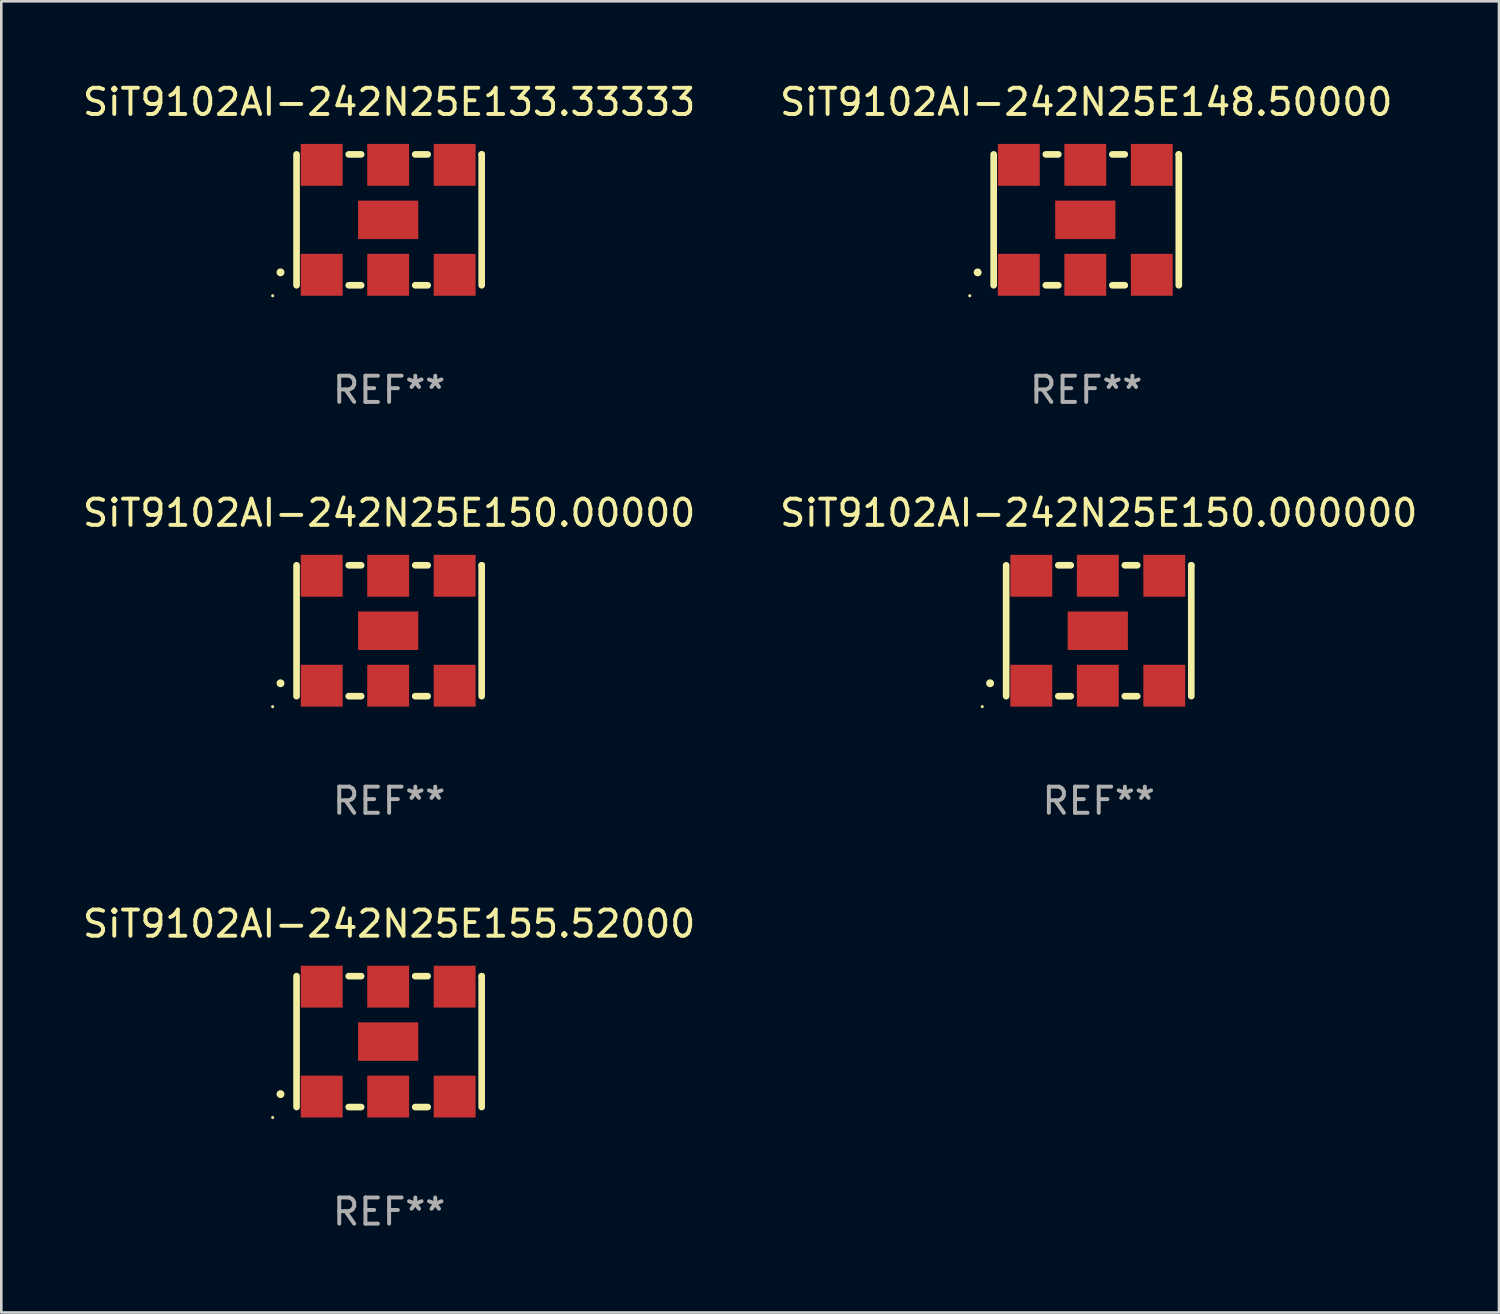
<source format=kicad_pcb>
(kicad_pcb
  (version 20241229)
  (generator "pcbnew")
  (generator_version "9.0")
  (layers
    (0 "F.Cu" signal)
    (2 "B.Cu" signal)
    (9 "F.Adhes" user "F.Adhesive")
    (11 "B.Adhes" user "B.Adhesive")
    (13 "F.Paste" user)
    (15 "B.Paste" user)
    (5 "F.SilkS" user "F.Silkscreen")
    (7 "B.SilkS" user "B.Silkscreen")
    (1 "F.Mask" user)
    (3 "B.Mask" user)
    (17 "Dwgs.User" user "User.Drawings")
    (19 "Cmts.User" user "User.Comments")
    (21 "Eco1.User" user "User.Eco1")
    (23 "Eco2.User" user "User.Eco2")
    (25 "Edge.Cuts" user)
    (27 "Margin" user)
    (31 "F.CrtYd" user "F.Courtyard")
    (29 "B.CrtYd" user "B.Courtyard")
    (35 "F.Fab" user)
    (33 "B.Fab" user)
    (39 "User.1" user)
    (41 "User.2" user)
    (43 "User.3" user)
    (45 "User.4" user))
  (footprint "SiT9102AI-242N25E148.50000"
    (layer "F.Cu")
    (at 38.446 5.348)
    (property "Reference" "SiT9102AI-242N25E148.50000" (at 0 -4.5 0) (layer "F.SilkS") (effects (font (size 1 1) (thickness 0.15))))
    (attr through_hole)
    (fp_line (start -3.536 -2.5) (end -3.536 2.5) (stroke (width 0.254) (type solid)) (layer "F.SilkS"))
    (fp_line (start -1.544 2.5) (end -1.067 2.5) (stroke (width 0.254) (type solid)) (layer "F.SilkS"))
    (fp_line (start -1.067 -2.5) (end -1.544 -2.5) (stroke (width 0.254) (type solid)) (layer "F.SilkS"))
    (fp_line (start 0.996 2.5) (end 1.473 2.5) (stroke (width 0.254) (type solid)) (layer "F.SilkS"))
    (fp_line (start 1.473 -2.5) (end 0.996 -2.5) (stroke (width 0.254) (type solid)) (layer "F.SilkS"))
    (fp_line (start 3.536 -2.5) (end 3.536 -2.5) (stroke (width 0.254) (type solid)) (layer "F.SilkS"))
    (fp_line (start 3.536 2.5) (end 3.536 -2.5) (stroke (width 0.254) (type solid)) (layer "F.SilkS"))
    (fp_arc (start -4.150432 2.006604) (mid -4.149162 2.006599) (end -4.147892 2.006604) (stroke (width 0.3) (type solid)) (layer "F.SilkS"))
    (fp_circle (center -4.449 2.9) (end -4.419 2.9) (stroke (width 0.06) (type solid)) (fill no) (layer "F.SilkS"))
    (fp_text user "REF**" (at 0 6.5 0) (layer "F.Fab") (effects (font (size 1 1) (thickness 0.15))))
    (pad "1" smd rect (at -2.576 2.1) (size 1.6 1.6) (layers "F.Cu" "F.Mask" "F.Paste"))
    (pad "2" smd rect (at -0.036 2.1) (size 1.6 1.6) (layers "F.Cu" "F.Mask" "F.Paste"))
    (pad "3" smd rect (at 2.504 2.1) (size 1.6 1.6) (layers "F.Cu" "F.Mask" "F.Paste"))
    (pad "4" smd rect (at 2.504 -2.1) (size 1.6 1.6) (layers "F.Cu" "F.Mask" "F.Paste"))
    (pad "5" smd rect (at -0.036 -2.1) (size 1.6 1.6) (layers "F.Cu" "F.Mask" "F.Paste"))
    (pad "6" smd rect (at -2.576 -2.1) (size 1.6 1.6) (layers "F.Cu" "F.Mask" "F.Paste"))
    (pad "7" smd rect (at -0.036 0) (size 2.3 1.47) (layers "F.Cu" "F.Mask" "F.Paste")))
  (footprint "SiT9102AI-242N25E150.000000"
    (layer "F.Cu")
    (at 38.923 21.045)
    (property "Reference" "SiT9102AI-242N25E150.000000" (at 0 -4.5 0) (layer "F.SilkS") (effects (font (size 1 1) (thickness 0.15))))
    (attr through_hole)
    (fp_line (start -3.536 -2.5) (end -3.536 2.5) (stroke (width 0.254) (type solid)) (layer "F.SilkS"))
    (fp_line (start -1.544 2.5) (end -1.067 2.5) (stroke (width 0.254) (type solid)) (layer "F.SilkS"))
    (fp_line (start -1.067 -2.5) (end -1.544 -2.5) (stroke (width 0.254) (type solid)) (layer "F.SilkS"))
    (fp_line (start 0.996 2.5) (end 1.473 2.5) (stroke (width 0.254) (type solid)) (layer "F.SilkS"))
    (fp_line (start 1.473 -2.5) (end 0.996 -2.5) (stroke (width 0.254) (type solid)) (layer "F.SilkS"))
    (fp_line (start 3.536 -2.5) (end 3.536 -2.5) (stroke (width 0.254) (type solid)) (layer "F.SilkS"))
    (fp_line (start 3.536 2.5) (end 3.536 -2.5) (stroke (width 0.254) (type solid)) (layer "F.SilkS"))
    (fp_arc (start -4.150432 2.006604) (mid -4.149162 2.006599) (end -4.147892 2.006604) (stroke (width 0.3) (type solid)) (layer "F.SilkS"))
    (fp_circle (center -4.449 2.9) (end -4.419 2.9) (stroke (width 0.06) (type solid)) (fill no) (layer "F.SilkS"))
    (fp_text user "REF**" (at 0 6.5 0) (layer "F.Fab") (effects (font (size 1 1) (thickness 0.15))))
    (pad "1" smd rect (at -2.576 2.1) (size 1.6 1.6) (layers "F.Cu" "F.Mask" "F.Paste"))
    (pad "2" smd rect (at -0.036 2.1) (size 1.6 1.6) (layers "F.Cu" "F.Mask" "F.Paste"))
    (pad "3" smd rect (at 2.504 2.1) (size 1.6 1.6) (layers "F.Cu" "F.Mask" "F.Paste"))
    (pad "4" smd rect (at 2.504 -2.1) (size 1.6 1.6) (layers "F.Cu" "F.Mask" "F.Paste"))
    (pad "5" smd rect (at -0.036 -2.1) (size 1.6 1.6) (layers "F.Cu" "F.Mask" "F.Paste"))
    (pad "6" smd rect (at -2.576 -2.1) (size 1.6 1.6) (layers "F.Cu" "F.Mask" "F.Paste"))
    (pad "7" smd rect (at -0.036 0) (size 2.3 1.47) (layers "F.Cu" "F.Mask" "F.Paste")))
  (footprint "SiT9102AI-242N25E150.00000"
    (layer "F.Cu")
    (at 11.815 21.045)
    (property "Reference" "SiT9102AI-242N25E150.00000" (at 0 -4.5 0) (layer "F.SilkS") (effects (font (size 1 1) (thickness 0.15))))
    (attr through_hole)
    (fp_line (start -3.536 -2.5) (end -3.536 2.5) (stroke (width 0.254) (type solid)) (layer "F.SilkS"))
    (fp_line (start -1.544 2.5) (end -1.067 2.5) (stroke (width 0.254) (type solid)) (layer "F.SilkS"))
    (fp_line (start -1.067 -2.5) (end -1.544 -2.5) (stroke (width 0.254) (type solid)) (layer "F.SilkS"))
    (fp_line (start 0.996 2.5) (end 1.473 2.5) (stroke (width 0.254) (type solid)) (layer "F.SilkS"))
    (fp_line (start 1.473 -2.5) (end 0.996 -2.5) (stroke (width 0.254) (type solid)) (layer "F.SilkS"))
    (fp_line (start 3.536 -2.5) (end 3.536 -2.5) (stroke (width 0.254) (type solid)) (layer "F.SilkS"))
    (fp_line (start 3.536 2.5) (end 3.536 -2.5) (stroke (width 0.254) (type solid)) (layer "F.SilkS"))
    (fp_arc (start -4.150432 2.006604) (mid -4.149162 2.006599) (end -4.147892 2.006604) (stroke (width 0.3) (type solid)) (layer "F.SilkS"))
    (fp_circle (center -4.449 2.9) (end -4.419 2.9) (stroke (width 0.06) (type solid)) (fill no) (layer "F.SilkS"))
    (fp_text user "REF**" (at 0 6.5 0) (layer "F.Fab") (effects (font (size 1 1) (thickness 0.15))))
    (pad "1" smd rect (at -2.576 2.1) (size 1.6 1.6) (layers "F.Cu" "F.Mask" "F.Paste"))
    (pad "2" smd rect (at -0.036 2.1) (size 1.6 1.6) (layers "F.Cu" "F.Mask" "F.Paste"))
    (pad "3" smd rect (at 2.504 2.1) (size 1.6 1.6) (layers "F.Cu" "F.Mask" "F.Paste"))
    (pad "4" smd rect (at 2.504 -2.1) (size 1.6 1.6) (layers "F.Cu" "F.Mask" "F.Paste"))
    (pad "5" smd rect (at -0.036 -2.1) (size 1.6 1.6) (layers "F.Cu" "F.Mask" "F.Paste"))
    (pad "6" smd rect (at -2.576 -2.1) (size 1.6 1.6) (layers "F.Cu" "F.Mask" "F.Paste"))
    (pad "7" smd rect (at -0.036 0) (size 2.3 1.47) (layers "F.Cu" "F.Mask" "F.Paste")))
  (footprint "SiT9102AI-242N25E133.33333"
    (layer "F.Cu")
    (at 11.815 5.348)
    (property "Reference" "SiT9102AI-242N25E133.33333" (at 0 -4.5 0) (layer "F.SilkS") (effects (font (size 1 1) (thickness 0.15))))
    (attr through_hole)
    (fp_line (start -3.536 -2.5) (end -3.536 2.5) (stroke (width 0.254) (type solid)) (layer "F.SilkS"))
    (fp_line (start -1.544 2.5) (end -1.067 2.5) (stroke (width 0.254) (type solid)) (layer "F.SilkS"))
    (fp_line (start -1.067 -2.5) (end -1.544 -2.5) (stroke (width 0.254) (type solid)) (layer "F.SilkS"))
    (fp_line (start 0.996 2.5) (end 1.473 2.5) (stroke (width 0.254) (type solid)) (layer "F.SilkS"))
    (fp_line (start 1.473 -2.5) (end 0.996 -2.5) (stroke (width 0.254) (type solid)) (layer "F.SilkS"))
    (fp_line (start 3.536 -2.5) (end 3.536 -2.5) (stroke (width 0.254) (type solid)) (layer "F.SilkS"))
    (fp_line (start 3.536 2.5) (end 3.536 -2.5) (stroke (width 0.254) (type solid)) (layer "F.SilkS"))
    (fp_arc (start -4.150432 2.006604) (mid -4.149162 2.006599) (end -4.147892 2.006604) (stroke (width 0.3) (type solid)) (layer "F.SilkS"))
    (fp_circle (center -4.449 2.9) (end -4.419 2.9) (stroke (width 0.06) (type solid)) (fill no) (layer "F.SilkS"))
    (fp_text user "REF**" (at 0 6.5 0) (layer "F.Fab") (effects (font (size 1 1) (thickness 0.15))))
    (pad "1" smd rect (at -2.576 2.1) (size 1.6 1.6) (layers "F.Cu" "F.Mask" "F.Paste"))
    (pad "2" smd rect (at -0.036 2.1) (size 1.6 1.6) (layers "F.Cu" "F.Mask" "F.Paste"))
    (pad "3" smd rect (at 2.504 2.1) (size 1.6 1.6) (layers "F.Cu" "F.Mask" "F.Paste"))
    (pad "4" smd rect (at 2.504 -2.1) (size 1.6 1.6) (layers "F.Cu" "F.Mask" "F.Paste"))
    (pad "5" smd rect (at -0.036 -2.1) (size 1.6 1.6) (layers "F.Cu" "F.Mask" "F.Paste"))
    (pad "6" smd rect (at -2.576 -2.1) (size 1.6 1.6) (layers "F.Cu" "F.Mask" "F.Paste"))
    (pad "7" smd rect (at -0.036 0) (size 2.3 1.47) (layers "F.Cu" "F.Mask" "F.Paste")))
  (footprint "SiT9102AI-242N25E155.52000"
    (layer "F.Cu")
    (at 11.815 36.741)
    (property "Reference" "SiT9102AI-242N25E155.52000" (at 0 -4.5 0) (layer "F.SilkS") (effects (font (size 1 1) (thickness 0.15))))
    (attr through_hole)
    (fp_line (start -3.536 -2.5) (end -3.536 2.5) (stroke (width 0.254) (type solid)) (layer "F.SilkS"))
    (fp_line (start -1.544 2.5) (end -1.067 2.5) (stroke (width 0.254) (type solid)) (layer "F.SilkS"))
    (fp_line (start -1.067 -2.5) (end -1.544 -2.5) (stroke (width 0.254) (type solid)) (layer "F.SilkS"))
    (fp_line (start 0.996 2.5) (end 1.473 2.5) (stroke (width 0.254) (type solid)) (layer "F.SilkS"))
    (fp_line (start 1.473 -2.5) (end 0.996 -2.5) (stroke (width 0.254) (type solid)) (layer "F.SilkS"))
    (fp_line (start 3.536 -2.5) (end 3.536 -2.5) (stroke (width 0.254) (type solid)) (layer "F.SilkS"))
    (fp_line (start 3.536 2.5) (end 3.536 -2.5) (stroke (width 0.254) (type solid)) (layer "F.SilkS"))
    (fp_arc (start -4.150432 2.006604) (mid -4.149162 2.006599) (end -4.147892 2.006604) (stroke (width 0.3) (type solid)) (layer "F.SilkS"))
    (fp_circle (center -4.449 2.9) (end -4.419 2.9) (stroke (width 0.06) (type solid)) (fill no) (layer "F.SilkS"))
    (fp_text user "REF**" (at 0 6.5 0) (layer "F.Fab") (effects (font (size 1 1) (thickness 0.15))))
    (pad "1" smd rect (at -2.576 2.1) (size 1.6 1.6) (layers "F.Cu" "F.Mask" "F.Paste"))
    (pad "2" smd rect (at -0.036 2.1) (size 1.6 1.6) (layers "F.Cu" "F.Mask" "F.Paste"))
    (pad "3" smd rect (at 2.504 2.1) (size 1.6 1.6) (layers "F.Cu" "F.Mask" "F.Paste"))
    (pad "4" smd rect (at 2.504 -2.1) (size 1.6 1.6) (layers "F.Cu" "F.Mask" "F.Paste"))
    (pad "5" smd rect (at -0.036 -2.1) (size 1.6 1.6) (layers "F.Cu" "F.Mask" "F.Paste"))
    (pad "6" smd rect (at -2.576 -2.1) (size 1.6 1.6) (layers "F.Cu" "F.Mask" "F.Paste"))
    (pad "7" smd rect (at -0.036 0) (size 2.3 1.47) (layers "F.Cu" "F.Mask" "F.Paste")))
  (gr_rect
    (start -3 -3)
    (end 54.214 47.09)
    (stroke (width 0.1) (type default))
    (fill no)
    (layer "Edge.Cuts")))
</source>
